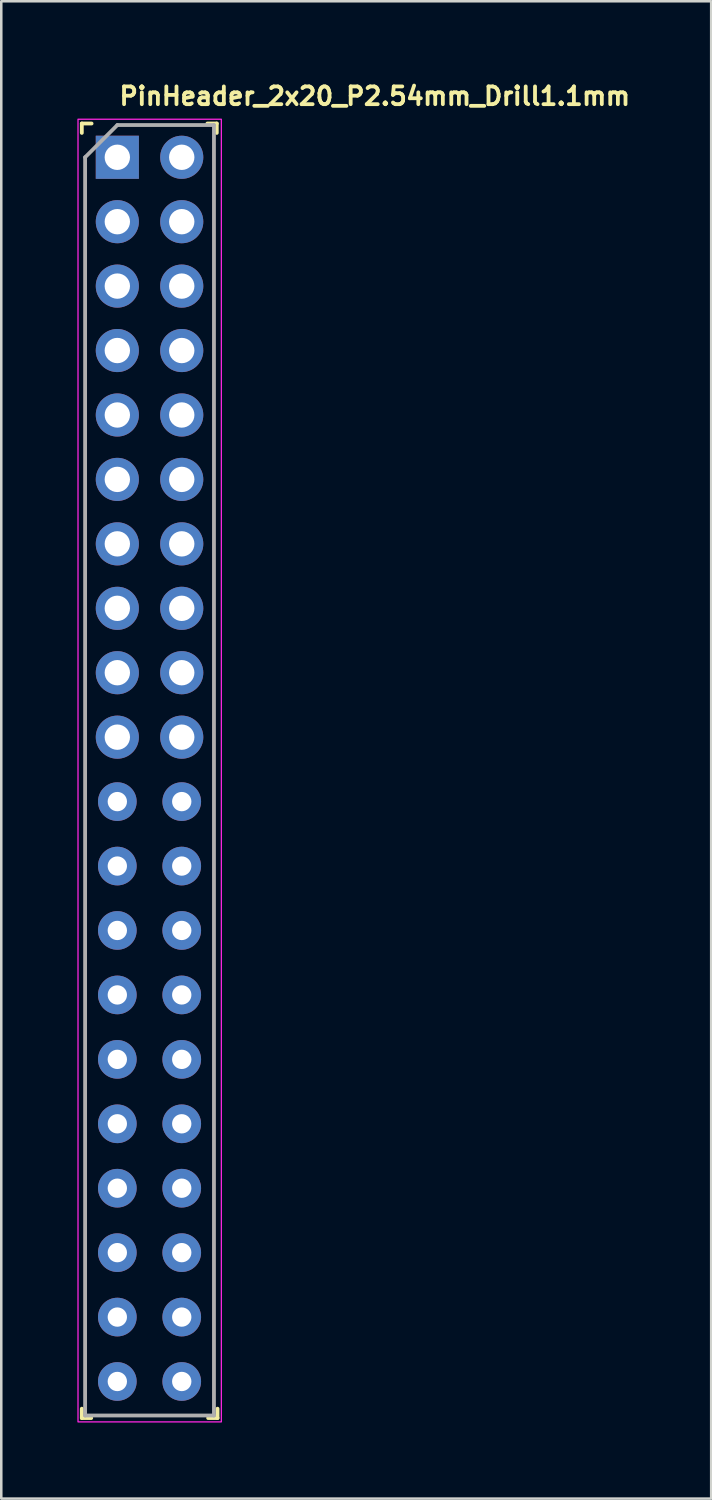
<source format=kicad_pcb>
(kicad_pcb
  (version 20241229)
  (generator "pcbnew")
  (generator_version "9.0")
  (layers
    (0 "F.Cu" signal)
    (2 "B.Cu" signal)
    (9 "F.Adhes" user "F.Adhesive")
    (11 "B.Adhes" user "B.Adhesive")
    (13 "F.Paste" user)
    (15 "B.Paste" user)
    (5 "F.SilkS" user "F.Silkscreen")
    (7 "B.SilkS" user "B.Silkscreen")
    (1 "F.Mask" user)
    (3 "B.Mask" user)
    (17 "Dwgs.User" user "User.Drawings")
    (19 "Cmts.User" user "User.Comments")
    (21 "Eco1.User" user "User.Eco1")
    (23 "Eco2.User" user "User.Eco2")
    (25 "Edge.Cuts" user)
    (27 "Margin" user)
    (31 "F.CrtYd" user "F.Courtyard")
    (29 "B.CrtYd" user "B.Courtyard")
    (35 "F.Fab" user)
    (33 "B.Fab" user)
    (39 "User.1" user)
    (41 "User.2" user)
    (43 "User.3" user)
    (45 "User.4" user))
  (footprint "PinHeader_2x20_P2.54mm_Drill1.1mm"
    (layer "F.Cu")
    (at 1.575 3.15)
    (property "Reference" "PinHeader_2x20_P2.54mm_Drill1.1mm" (at 0 -2 0) (layer "F.SilkS") (effects (font (size 0.7 0.7) (thickness 0.15)) (justify left bottom)))
    (attr through_hole)
    (fp_line (start -1.4 -1.331) (end -1.4 -0.961) (stroke (width 0.15) (type solid)) (layer "F.SilkS"))
    (fp_line (start -1.4 49.33) (end -1.4 49.7) (stroke (width 0.15) (type solid)) (layer "F.SilkS"))
    (fp_line (start -1.4 49.7) (end -1.03 49.7) (stroke (width 0.15) (type solid)) (layer "F.SilkS"))
    (fp_line (start -1.015 -1.331) (end -1.4 -1.331) (stroke (width 0.15) (type solid)) (layer "F.SilkS"))
    (fp_line (start 3.58 49.7) (end 3.95 49.7) (stroke (width 0.15) (type solid)) (layer "F.SilkS"))
    (fp_line (start 3.92 -1.331) (end 3.55 -1.331) (stroke (width 0.15) (type solid)) (layer "F.SilkS"))
    (fp_line (start 3.92 -0.961) (end 3.92 -1.331) (stroke (width 0.15) (type solid)) (layer "F.SilkS"))
    (fp_line (start 3.95 49.7) (end 3.95 49.33) (stroke (width 0.15) (type solid)) (layer "F.SilkS"))
    (fp_rect (start 4.1 49.85) (end -1.55 -1.5) (stroke (width 0.05) (type solid)) (fill no) (layer "F.CrtYd"))
    (fp_line (start -1.27 0) (end 0 -1.27) (stroke (width 0.15) (type solid)) (layer "F.Fab"))
    (fp_line (start -1.27 49.6) (end -1.27 0) (stroke (width 0.15) (type solid)) (layer "F.Fab"))
    (fp_line (start 0 -1.27) (end 3.809 -1.27) (stroke (width 0.15) (type solid)) (layer "F.Fab"))
    (fp_line (start 3.809 -1.27) (end 3.809 49.6) (stroke (width 0.15) (type solid)) (layer "F.Fab"))
    (fp_line (start 3.809 49.6) (end -1.27 49.6) (stroke (width 0.15) (type solid)) (layer "F.Fab"))
    (fp_rect (start 3.81 49.531) (end -1.269 -1.269) (stroke (width 0.1) (type solid)) (fill no) (layer "User.5"))
    (fp_line (start -1.269 -1.269) (end -1.269 1.047) (stroke (width 0.02) (type solid)) (layer "User.9"))
    (fp_line (start -1.269 -1.269) (end 3.81 -1.269) (stroke (width 0.02) (type solid)) (layer "User.9"))
    (fp_line (start -1.269 1.047) (end -1.044 1.27) (stroke (width 0.02) (type solid)) (layer "User.9"))
    (fp_line (start -1.269 1.047) (end 3.81 1.047) (stroke (width 0.02) (type solid)) (layer "User.9"))
    (fp_line (start -1.269 1.496) (end -1.269 3.586) (stroke (width 0.02) (type solid)) (layer "User.9"))
    (fp_line (start -1.269 1.496) (end -1.044 1.27) (stroke (width 0.02) (type solid)) (layer "User.9"))
    (fp_line (start -1.269 1.496) (end 3.81 1.496) (stroke (width 0.02) (type solid)) (layer "User.9"))
    (fp_line (start -1.269 3.586) (end -1.044 3.81) (stroke (width 0.02) (type solid)) (layer "User.9"))
    (fp_line (start -1.269 3.586) (end 3.81 3.586) (stroke (width 0.02) (type solid)) (layer "User.9"))
    (fp_line (start -1.269 4.036) (end -1.269 6.127) (stroke (width 0.02) (type solid)) (layer "User.9"))
    (fp_line (start -1.269 4.036) (end -1.044 3.81) (stroke (width 0.02) (type solid)) (layer "User.9"))
    (fp_line (start -1.269 4.036) (end 3.81 4.036) (stroke (width 0.02) (type solid)) (layer "User.9"))
    (fp_line (start -1.269 6.127) (end -1.044 6.351) (stroke (width 0.02) (type solid)) (layer "User.9"))
    (fp_line (start -1.269 6.127) (end 3.81 6.127) (stroke (width 0.02) (type solid)) (layer "User.9"))
    (fp_line (start -1.269 6.576) (end -1.269 8.667) (stroke (width 0.02) (type solid)) (layer "User.9"))
    (fp_line (start -1.269 6.576) (end -1.044 6.351) (stroke (width 0.02) (type solid)) (layer "User.9"))
    (fp_line (start -1.269 6.576) (end 3.81 6.576) (stroke (width 0.02) (type solid)) (layer "User.9"))
    (fp_line (start -1.269 8.667) (end -1.044 8.891) (stroke (width 0.02) (type solid)) (layer "User.9"))
    (fp_line (start -1.269 8.667) (end 3.81 8.667) (stroke (width 0.02) (type solid)) (layer "User.9"))
    (fp_line (start -1.269 9.116) (end -1.269 11.206) (stroke (width 0.02) (type solid)) (layer "User.9"))
    (fp_line (start -1.269 9.116) (end -1.044 8.891) (stroke (width 0.02) (type solid)) (layer "User.9"))
    (fp_line (start -1.269 9.116) (end 3.81 9.116) (stroke (width 0.02) (type solid)) (layer "User.9"))
    (fp_line (start -1.269 11.206) (end -1.044 11.43) (stroke (width 0.02) (type solid)) (layer "User.9"))
    (fp_line (start -1.269 11.206) (end 3.81 11.206) (stroke (width 0.02) (type solid)) (layer "User.9"))
    (fp_line (start -1.269 11.655) (end -1.269 13.747) (stroke (width 0.02) (type solid)) (layer "User.9"))
    (fp_line (start -1.269 11.655) (end -1.044 11.43) (stroke (width 0.02) (type solid)) (layer "User.9"))
    (fp_line (start -1.269 11.655) (end 3.81 11.655) (stroke (width 0.02) (type solid)) (layer "User.9"))
    (fp_line (start -1.269 13.747) (end -1.044 13.971) (stroke (width 0.02) (type solid)) (layer "User.9"))
    (fp_line (start -1.269 13.747) (end 3.81 13.747) (stroke (width 0.02) (type solid)) (layer "User.9"))
    (fp_line (start -1.269 14.195) (end -1.269 16.287) (stroke (width 0.02) (type solid)) (layer "User.9"))
    (fp_line (start -1.269 14.195) (end -1.044 13.971) (stroke (width 0.02) (type solid)) (layer "User.9"))
    (fp_line (start -1.269 14.195) (end 3.81 14.195) (stroke (width 0.02) (type solid)) (layer "User.9"))
    (fp_line (start -1.269 16.287) (end -1.044 16.511) (stroke (width 0.02) (type solid)) (layer "User.9"))
    (fp_line (start -1.269 16.287) (end 3.81 16.287) (stroke (width 0.02) (type solid)) (layer "User.9"))
    (fp_line (start -1.269 16.735) (end -1.269 18.827) (stroke (width 0.02) (type solid)) (layer "User.9"))
    (fp_line (start -1.269 16.735) (end -1.044 16.511) (stroke (width 0.02) (type solid)) (layer "User.9"))
    (fp_line (start -1.269 16.735) (end 3.81 16.735) (stroke (width 0.02) (type solid)) (layer "User.9"))
    (fp_line (start -1.269 18.827) (end -1.044 19.051) (stroke (width 0.02) (type solid)) (layer "User.9"))
    (fp_line (start -1.269 18.827) (end 3.81 18.827) (stroke (width 0.02) (type solid)) (layer "User.9"))
    (fp_line (start -1.269 19.276) (end -1.269 21.366) (stroke (width 0.02) (type solid)) (layer "User.9"))
    (fp_line (start -1.269 19.276) (end -1.044 19.051) (stroke (width 0.02) (type solid)) (layer "User.9"))
    (fp_line (start -1.269 19.276) (end 3.81 19.276) (stroke (width 0.02) (type solid)) (layer "User.9"))
    (fp_line (start -1.269 21.366) (end -1.044 21.59) (stroke (width 0.02) (type solid)) (layer "User.9"))
    (fp_line (start -1.269 21.366) (end 3.81 21.366) (stroke (width 0.02) (type solid)) (layer "User.9"))
    (fp_line (start -1.269 21.816) (end -1.269 23.906) (stroke (width 0.02) (type solid)) (layer "User.9"))
    (fp_line (start -1.269 21.816) (end -1.044 21.59) (stroke (width 0.02) (type solid)) (layer "User.9"))
    (fp_line (start -1.269 21.816) (end 3.81 21.816) (stroke (width 0.02) (type solid)) (layer "User.9"))
    (fp_line (start -1.269 23.906) (end -1.044 24.13) (stroke (width 0.02) (type solid)) (layer "User.9"))
    (fp_line (start -1.269 23.906) (end 3.81 23.906) (stroke (width 0.02) (type solid)) (layer "User.9"))
    (fp_line (start -1.269 24.355) (end -1.269 26.447) (stroke (width 0.02) (type solid)) (layer "User.9"))
    (fp_line (start -1.269 24.355) (end -1.044 24.13) (stroke (width 0.02) (type solid)) (layer "User.9"))
    (fp_line (start -1.269 24.355) (end 3.81 24.355) (stroke (width 0.02) (type solid)) (layer "User.9"))
    (fp_line (start -1.269 26.447) (end -1.044 26.671) (stroke (width 0.02) (type solid)) (layer "User.9"))
    (fp_line (start -1.269 26.447) (end 3.81 26.447) (stroke (width 0.02) (type solid)) (layer "User.9"))
    (fp_line (start -1.269 26.895) (end -1.269 28.987) (stroke (width 0.02) (type solid)) (layer "User.9"))
    (fp_line (start -1.269 26.895) (end -1.044 26.671) (stroke (width 0.02) (type solid)) (layer "User.9"))
    (fp_line (start -1.269 26.895) (end 3.81 26.895) (stroke (width 0.02) (type solid)) (layer "User.9"))
    (fp_line (start -1.269 28.987) (end -1.044 29.211) (stroke (width 0.02) (type solid)) (layer "User.9"))
    (fp_line (start -1.269 28.987) (end 3.81 28.987) (stroke (width 0.02) (type solid)) (layer "User.9"))
    (fp_line (start -1.269 29.436) (end -1.269 31.526) (stroke (width 0.02) (type solid)) (layer "User.9"))
    (fp_line (start -1.269 29.436) (end -1.044 29.211) (stroke (width 0.02) (type solid)) (layer "User.9"))
    (fp_line (start -1.269 29.436) (end 3.81 29.436) (stroke (width 0.02) (type solid)) (layer "User.9"))
    (fp_line (start -1.269 31.526) (end -1.044 31.75) (stroke (width 0.02) (type solid)) (layer "User.9"))
    (fp_line (start -1.269 31.526) (end 3.81 31.526) (stroke (width 0.02) (type solid)) (layer "User.9"))
    (fp_line (start -1.269 31.976) (end -1.269 34.067) (stroke (width 0.02) (type solid)) (layer "User.9"))
    (fp_line (start -1.269 31.976) (end -1.044 31.75) (stroke (width 0.02) (type solid)) (layer "User.9"))
    (fp_line (start -1.269 31.976) (end 3.81 31.976) (stroke (width 0.02) (type solid)) (layer "User.9"))
    (fp_line (start -1.269 34.067) (end -1.044 34.292) (stroke (width 0.02) (type solid)) (layer "User.9"))
    (fp_line (start -1.269 34.067) (end 3.81 34.067) (stroke (width 0.02) (type solid)) (layer "User.9"))
    (fp_line (start -1.269 34.515) (end -1.269 36.607) (stroke (width 0.02) (type solid)) (layer "User.9"))
    (fp_line (start -1.269 34.515) (end -1.044 34.292) (stroke (width 0.02) (type solid)) (layer "User.9"))
    (fp_line (start -1.269 34.515) (end 3.81 34.515) (stroke (width 0.02) (type solid)) (layer "User.9"))
    (fp_line (start -1.269 36.607) (end -1.044 36.832) (stroke (width 0.02) (type solid)) (layer "User.9"))
    (fp_line (start -1.269 36.607) (end 3.81 36.607) (stroke (width 0.02) (type solid)) (layer "User.9"))
    (fp_line (start -1.269 37.055) (end -1.269 39.146) (stroke (width 0.02) (type solid)) (layer "User.9"))
    (fp_line (start -1.269 37.055) (end -1.044 36.832) (stroke (width 0.02) (type solid)) (layer "User.9"))
    (fp_line (start -1.269 37.055) (end 3.81 37.055) (stroke (width 0.02) (type solid)) (layer "User.9"))
    (fp_line (start -1.269 39.146) (end -1.044 39.37) (stroke (width 0.02) (type solid)) (layer "User.9"))
    (fp_line (start -1.269 39.146) (end 3.81 39.146) (stroke (width 0.02) (type solid)) (layer "User.9"))
    (fp_line (start -1.269 39.595) (end -1.269 41.686) (stroke (width 0.02) (type solid)) (layer "User.9"))
    (fp_line (start -1.269 39.595) (end -1.044 39.37) (stroke (width 0.02) (type solid)) (layer "User.9"))
    (fp_line (start -1.269 39.595) (end 3.81 39.595) (stroke (width 0.02) (type solid)) (layer "User.9"))
    (fp_line (start -1.269 41.686) (end -1.044 41.911) (stroke (width 0.02) (type solid)) (layer "User.9"))
    (fp_line (start -1.269 41.686) (end 3.81 41.686) (stroke (width 0.02) (type solid)) (layer "User.9"))
    (fp_line (start -1.269 42.135) (end -1.269 44.226) (stroke (width 0.02) (type solid)) (layer "User.9"))
    (fp_line (start -1.269 42.135) (end -1.044 41.911) (stroke (width 0.02) (type solid)) (layer "User.9"))
    (fp_line (start -1.269 42.135) (end 3.81 42.135) (stroke (width 0.02) (type solid)) (layer "User.9"))
    (fp_line (start -1.269 44.226) (end -1.044 44.451) (stroke (width 0.02) (type solid)) (layer "User.9"))
    (fp_line (start -1.269 44.226) (end 3.81 44.226) (stroke (width 0.02) (type solid)) (layer "User.9"))
    (fp_line (start -1.269 44.676) (end -1.269 46.766) (stroke (width 0.02) (type solid)) (layer "User.9"))
    (fp_line (start -1.269 44.676) (end -1.044 44.451) (stroke (width 0.02) (type solid)) (layer "User.9"))
    (fp_line (start -1.269 44.676) (end 3.81 44.676) (stroke (width 0.02) (type solid)) (layer "User.9"))
    (fp_line (start -1.269 46.766) (end -1.044 46.991) (stroke (width 0.02) (type solid)) (layer "User.9"))
    (fp_line (start -1.269 46.766) (end 3.81 46.766) (stroke (width 0.02) (type solid)) (layer "User.9"))
    (fp_line (start -1.269 47.216) (end -1.269 49.531) (stroke (width 0.02) (type solid)) (layer "User.9"))
    (fp_line (start -1.269 47.216) (end -1.044 46.991) (stroke (width 0.02) (type solid)) (layer "User.9"))
    (fp_line (start -1.269 47.216) (end 3.81 47.216) (stroke (width 0.02) (type solid)) (layer "User.9"))
    (fp_line (start -1.269 49.531) (end 3.81 49.531) (stroke (width 0.02) (type solid)) (layer "User.9"))
    (fp_line (start -1.044 1.27) (end 3.586 1.27) (stroke (width 0.02) (type solid)) (layer "User.9"))
    (fp_line (start -1.044 3.81) (end 3.586 3.81) (stroke (width 0.02) (type solid)) (layer "User.9"))
    (fp_line (start -1.044 6.351) (end 3.586 6.351) (stroke (width 0.02) (type solid)) (layer "User.9"))
    (fp_line (start -1.044 8.891) (end 3.586 8.891) (stroke (width 0.02) (type solid)) (layer "User.9"))
    (fp_line (start -1.044 11.43) (end 3.586 11.43) (stroke (width 0.02) (type solid)) (layer "User.9"))
    (fp_line (start -1.044 13.971) (end 3.586 13.971) (stroke (width 0.02) (type solid)) (layer "User.9"))
    (fp_line (start -1.044 16.511) (end 3.586 16.511) (stroke (width 0.02) (type solid)) (layer "User.9"))
    (fp_line (start -1.044 19.051) (end 3.586 19.051) (stroke (width 0.02) (type solid)) (layer "User.9"))
    (fp_line (start -1.044 21.59) (end 3.586 21.59) (stroke (width 0.02) (type solid)) (layer "User.9"))
    (fp_line (start -1.044 24.13) (end 3.586 24.13) (stroke (width 0.02) (type solid)) (layer "User.9"))
    (fp_line (start -1.044 26.671) (end 3.586 26.671) (stroke (width 0.02) (type solid)) (layer "User.9"))
    (fp_line (start -1.044 29.211) (end 3.586 29.211) (stroke (width 0.02) (type solid)) (layer "User.9"))
    (fp_line (start -1.044 31.75) (end 3.586 31.75) (stroke (width 0.02) (type solid)) (layer "User.9"))
    (fp_line (start -1.044 34.292) (end 3.586 34.292) (stroke (width 0.02) (type solid)) (layer "User.9"))
    (fp_line (start -1.044 36.832) (end 3.586 36.832) (stroke (width 0.02) (type solid)) (layer "User.9"))
    (fp_line (start -1.044 39.37) (end 3.586 39.37) (stroke (width 0.02) (type solid)) (layer "User.9"))
    (fp_line (start -1.044 41.911) (end 3.586 41.911) (stroke (width 0.02) (type solid)) (layer "User.9"))
    (fp_line (start -1.044 44.451) (end 3.586 44.451) (stroke (width 0.02) (type solid)) (layer "User.9"))
    (fp_line (start -1.044 46.991) (end 3.586 46.991) (stroke (width 0.02) (type solid)) (layer "User.9"))
    (fp_line (start -0.32 -0.32) (end -0.32 0.32) (stroke (width 0.02) (type solid)) (layer "User.9"))
    (fp_line (start -0.32 -0.32) (end -0.064 -0.064) (stroke (width 0.02) (type solid)) (layer "User.9"))
    (fp_line (start -0.32 -0.32) (end 0.32 -0.32) (stroke (width 0.02) (type solid)) (layer "User.9"))
    (fp_line (start -0.32 0.32) (end -0.064 0.064) (stroke (width 0.02) (type solid)) (layer "User.9"))
    (fp_line (start -0.32 0.32) (end 0.32 0.32) (stroke (width 0.02) (type solid)) (layer "User.9"))
    (fp_line (start -0.32 2.222) (end -0.32 2.86) (stroke (width 0.02) (type solid)) (layer "User.9"))
    (fp_line (start -0.32 2.222) (end -0.064 2.476) (stroke (width 0.02) (type solid)) (layer "User.9"))
    (fp_line (start -0.32 2.222) (end 0.32 2.222) (stroke (width 0.02) (type solid)) (layer "User.9"))
    (fp_line (start -0.32 2.86) (end -0.064 2.605) (stroke (width 0.02) (type solid)) (layer "User.9"))
    (fp_line (start -0.32 2.86) (end 0.32 2.86) (stroke (width 0.02) (type solid)) (layer "User.9"))
    (fp_line (start -0.32 4.76) (end -0.32 5.401) (stroke (width 0.02) (type solid)) (layer "User.9"))
    (fp_line (start -0.32 4.76) (end -0.064 5.016) (stroke (width 0.02) (type solid)) (layer "User.9"))
    (fp_line (start -0.32 4.76) (end 0.32 4.76) (stroke (width 0.02) (type solid)) (layer "User.9"))
    (fp_line (start -0.32 5.401) (end -0.064 5.146) (stroke (width 0.02) (type solid)) (layer "User.9"))
    (fp_line (start -0.32 5.401) (end 0.32 5.401) (stroke (width 0.02) (type solid)) (layer "User.9"))
    (fp_line (start -0.32 7.3) (end -0.32 7.941) (stroke (width 0.02) (type solid)) (layer "User.9"))
    (fp_line (start -0.32 7.3) (end -0.064 7.556) (stroke (width 0.02) (type solid)) (layer "User.9"))
    (fp_line (start -0.32 7.3) (end 0.32 7.3) (stroke (width 0.02) (type solid)) (layer "User.9"))
    (fp_line (start -0.32 7.941) (end -0.064 7.686) (stroke (width 0.02) (type solid)) (layer "User.9"))
    (fp_line (start -0.32 7.941) (end 0.32 7.941) (stroke (width 0.02) (type solid)) (layer "User.9"))
    (fp_line (start -0.32 9.84) (end -0.32 10.481) (stroke (width 0.02) (type solid)) (layer "User.9"))
    (fp_line (start -0.32 9.84) (end -0.064 10.096) (stroke (width 0.02) (type solid)) (layer "User.9"))
    (fp_line (start -0.32 9.84) (end 0.32 9.84) (stroke (width 0.02) (type solid)) (layer "User.9"))
    (fp_line (start -0.32 10.481) (end -0.064 10.224) (stroke (width 0.02) (type solid)) (layer "User.9"))
    (fp_line (start -0.32 10.481) (end 0.32 10.481) (stroke (width 0.02) (type solid)) (layer "User.9"))
    (fp_line (start -0.32 12.381) (end -0.32 13.02) (stroke (width 0.02) (type solid)) (layer "User.9"))
    (fp_line (start -0.32 12.381) (end -0.064 12.637) (stroke (width 0.02) (type solid)) (layer "User.9"))
    (fp_line (start -0.32 12.381) (end 0.32 12.381) (stroke (width 0.02) (type solid)) (layer "User.9"))
    (fp_line (start -0.32 13.02) (end -0.064 12.765) (stroke (width 0.02) (type solid)) (layer "User.9"))
    (fp_line (start -0.32 13.02) (end 0.32 13.02) (stroke (width 0.02) (type solid)) (layer "User.9"))
    (fp_line (start -0.32 14.92) (end -0.32 15.561) (stroke (width 0.02) (type solid)) (layer "User.9"))
    (fp_line (start -0.32 14.92) (end -0.064 15.176) (stroke (width 0.02) (type solid)) (layer "User.9"))
    (fp_line (start -0.32 14.92) (end 0.32 14.92) (stroke (width 0.02) (type solid)) (layer "User.9"))
    (fp_line (start -0.32 15.561) (end -0.064 15.304) (stroke (width 0.02) (type solid)) (layer "User.9"))
    (fp_line (start -0.32 15.561) (end 0.32 15.561) (stroke (width 0.02) (type solid)) (layer "User.9"))
    (fp_line (start -0.32 17.461) (end -0.32 18.101) (stroke (width 0.02) (type solid)) (layer "User.9"))
    (fp_line (start -0.32 17.461) (end -0.064 17.717) (stroke (width 0.02) (type solid)) (layer "User.9"))
    (fp_line (start -0.32 17.461) (end 0.32 17.461) (stroke (width 0.02) (type solid)) (layer "User.9"))
    (fp_line (start -0.32 18.101) (end -0.064 17.845) (stroke (width 0.02) (type solid)) (layer "User.9"))
    (fp_line (start -0.32 18.101) (end 0.32 18.101) (stroke (width 0.02) (type solid)) (layer "User.9"))
    (fp_line (start -0.32 20) (end -0.32 20.641) (stroke (width 0.02) (type solid)) (layer "User.9"))
    (fp_line (start -0.32 20) (end -0.064 20.258) (stroke (width 0.02) (type solid)) (layer "User.9"))
    (fp_line (start -0.32 20) (end 0.32 20) (stroke (width 0.02) (type solid)) (layer "User.9"))
    (fp_line (start -0.32 20.641) (end -0.064 20.386) (stroke (width 0.02) (type solid)) (layer "User.9"))
    (fp_line (start -0.32 20.641) (end 0.32 20.641) (stroke (width 0.02) (type solid)) (layer "User.9"))
    (fp_line (start -0.32 22.541) (end -0.32 23.18) (stroke (width 0.02) (type solid)) (layer "User.9"))
    (fp_line (start -0.32 22.541) (end -0.064 22.796) (stroke (width 0.02) (type solid)) (layer "User.9"))
    (fp_line (start -0.32 22.541) (end 0.32 22.541) (stroke (width 0.02) (type solid)) (layer "User.9"))
    (fp_line (start -0.32 23.18) (end -0.064 22.924) (stroke (width 0.02) (type solid)) (layer "User.9"))
    (fp_line (start -0.32 23.18) (end 0.32 23.18) (stroke (width 0.02) (type solid)) (layer "User.9"))
    (fp_line (start -0.32 25.081) (end -0.32 25.72) (stroke (width 0.02) (type solid)) (layer "User.9"))
    (fp_line (start -0.32 25.081) (end -0.064 25.337) (stroke (width 0.02) (type solid)) (layer "User.9"))
    (fp_line (start -0.32 25.081) (end 0.32 25.081) (stroke (width 0.02) (type solid)) (layer "User.9"))
    (fp_line (start -0.32 25.72) (end -0.064 25.465) (stroke (width 0.02) (type solid)) (layer "User.9"))
    (fp_line (start -0.32 25.72) (end 0.32 25.72) (stroke (width 0.02) (type solid)) (layer "User.9"))
    (fp_line (start -0.32 27.622) (end -0.32 28.261) (stroke (width 0.02) (type solid)) (layer "User.9"))
    (fp_line (start -0.32 27.622) (end -0.064 27.877) (stroke (width 0.02) (type solid)) (layer "User.9"))
    (fp_line (start -0.32 27.622) (end 0.32 27.622) (stroke (width 0.02) (type solid)) (layer "User.9"))
    (fp_line (start -0.32 28.261) (end -0.064 28.005) (stroke (width 0.02) (type solid)) (layer "User.9"))
    (fp_line (start -0.32 28.261) (end 0.32 28.261) (stroke (width 0.02) (type solid)) (layer "User.9"))
    (fp_line (start -0.32 30.16) (end -0.32 30.801) (stroke (width 0.02) (type solid)) (layer "User.9"))
    (fp_line (start -0.32 30.16) (end -0.064 30.416) (stroke (width 0.02) (type solid)) (layer "User.9"))
    (fp_line (start -0.32 30.16) (end 0.32 30.16) (stroke (width 0.02) (type solid)) (layer "User.9"))
    (fp_line (start -0.32 30.801) (end -0.064 30.546) (stroke (width 0.02) (type solid)) (layer "User.9"))
    (fp_line (start -0.32 30.801) (end 0.32 30.801) (stroke (width 0.02) (type solid)) (layer "User.9"))
    (fp_line (start -0.32 32.701) (end -0.32 33.342) (stroke (width 0.02) (type solid)) (layer "User.9"))
    (fp_line (start -0.32 32.701) (end -0.064 32.958) (stroke (width 0.02) (type solid)) (layer "User.9"))
    (fp_line (start -0.32 32.701) (end 0.32 32.701) (stroke (width 0.02) (type solid)) (layer "User.9"))
    (fp_line (start -0.32 33.342) (end -0.064 33.086) (stroke (width 0.02) (type solid)) (layer "User.9"))
    (fp_line (start -0.32 33.342) (end 0.32 33.342) (stroke (width 0.02) (type solid)) (layer "User.9"))
    (fp_line (start -0.32 35.241) (end -0.32 35.881) (stroke (width 0.02) (type solid)) (layer "User.9"))
    (fp_line (start -0.32 35.241) (end -0.064 35.497) (stroke (width 0.02) (type solid)) (layer "User.9"))
    (fp_line (start -0.32 35.241) (end 0.32 35.241) (stroke (width 0.02) (type solid)) (layer "User.9"))
    (fp_line (start -0.32 35.881) (end -0.064 35.625) (stroke (width 0.02) (type solid)) (layer "User.9"))
    (fp_line (start -0.32 35.881) (end 0.32 35.881) (stroke (width 0.02) (type solid)) (layer "User.9"))
    (fp_line (start -0.32 37.781) (end -0.32 38.421) (stroke (width 0.02) (type solid)) (layer "User.9"))
    (fp_line (start -0.32 37.781) (end -0.064 38.037) (stroke (width 0.02) (type solid)) (layer "User.9"))
    (fp_line (start -0.32 37.781) (end 0.32 37.781) (stroke (width 0.02) (type solid)) (layer "User.9"))
    (fp_line (start -0.32 38.421) (end -0.064 38.165) (stroke (width 0.02) (type solid)) (layer "User.9"))
    (fp_line (start -0.32 38.421) (end 0.32 38.421) (stroke (width 0.02) (type solid)) (layer "User.9"))
    (fp_line (start -0.32 40.32) (end -0.32 40.96) (stroke (width 0.02) (type solid)) (layer "User.9"))
    (fp_line (start -0.32 40.32) (end -0.064 40.576) (stroke (width 0.02) (type solid)) (layer "User.9"))
    (fp_line (start -0.32 40.32) (end 0.32 40.32) (stroke (width 0.02) (type solid)) (layer "User.9"))
    (fp_line (start -0.32 40.96) (end -0.064 40.704) (stroke (width 0.02) (type solid)) (layer "User.9"))
    (fp_line (start -0.32 40.96) (end 0.32 40.96) (stroke (width 0.02) (type solid)) (layer "User.9"))
    (fp_line (start -0.32 42.862) (end -0.32 43.5) (stroke (width 0.02) (type solid)) (layer "User.9"))
    (fp_line (start -0.32 42.862) (end -0.064 43.118) (stroke (width 0.02) (type solid)) (layer "User.9"))
    (fp_line (start -0.32 42.862) (end 0.32 42.862) (stroke (width 0.02) (type solid)) (layer "User.9"))
    (fp_line (start -0.32 43.5) (end -0.064 43.244) (stroke (width 0.02) (type solid)) (layer "User.9"))
    (fp_line (start -0.32 43.5) (end 0.32 43.5) (stroke (width 0.02) (type solid)) (layer "User.9"))
    (fp_line (start -0.32 45.402) (end -0.32 46.042) (stroke (width 0.02) (type solid)) (layer "User.9"))
    (fp_line (start -0.32 45.402) (end -0.064 45.656) (stroke (width 0.02) (type solid)) (layer "User.9"))
    (fp_line (start -0.32 45.402) (end 0.32 45.402) (stroke (width 0.02) (type solid)) (layer "User.9"))
    (fp_line (start -0.32 46.042) (end -0.064 45.784) (stroke (width 0.02) (type solid)) (layer "User.9"))
    (fp_line (start -0.32 46.042) (end 0.32 46.042) (stroke (width 0.02) (type solid)) (layer "User.9"))
    (fp_line (start -0.32 47.94) (end -0.32 48.582) (stroke (width 0.02) (type solid)) (layer "User.9"))
    (fp_line (start -0.32 47.94) (end -0.064 48.196) (stroke (width 0.02) (type solid)) (layer "User.9"))
    (fp_line (start -0.32 47.94) (end 0.32 47.94) (stroke (width 0.02) (type solid)) (layer "User.9"))
    (fp_line (start -0.32 48.582) (end -0.064 48.326) (stroke (width 0.02) (type solid)) (layer "User.9"))
    (fp_line (start -0.32 48.582) (end 0.32 48.582) (stroke (width 0.02) (type solid)) (layer "User.9"))
    (fp_line (start -0.064 -0.064) (end -0.064 0.064) (stroke (width 0.02) (type solid)) (layer "User.9"))
    (fp_line (start -0.064 -0.064) (end 0.064 -0.064) (stroke (width 0.02) (type solid)) (layer "User.9"))
    (fp_line (start -0.064 0.064) (end 0.064 0.064) (stroke (width 0.02) (type solid)) (layer "User.9"))
    (fp_line (start -0.064 2.476) (end -0.064 2.605) (stroke (width 0.02) (type solid)) (layer "User.9"))
    (fp_line (start -0.064 2.476) (end 0.064 2.476) (stroke (width 0.02) (type solid)) (layer "User.9"))
    (fp_line (start -0.064 2.605) (end 0.064 2.605) (stroke (width 0.02) (type solid)) (layer "User.9"))
    (fp_line (start -0.064 5.016) (end -0.064 5.146) (stroke (width 0.02) (type solid)) (layer "User.9"))
    (fp_line (start -0.064 5.016) (end 0.064 5.016) (stroke (width 0.02) (type solid)) (layer "User.9"))
    (fp_line (start -0.064 5.146) (end 0.064 5.146) (stroke (width 0.02) (type solid)) (layer "User.9"))
    (fp_line (start -0.064 7.556) (end -0.064 7.686) (stroke (width 0.02) (type solid)) (layer "User.9"))
    (fp_line (start -0.064 7.556) (end 0.064 7.556) (stroke (width 0.02) (type solid)) (layer "User.9"))
    (fp_line (start -0.064 7.686) (end 0.064 7.686) (stroke (width 0.02) (type solid)) (layer "User.9"))
    (fp_line (start -0.064 10.096) (end -0.064 10.224) (stroke (width 0.02) (type solid)) (layer "User.9"))
    (fp_line (start -0.064 10.096) (end 0.064 10.096) (stroke (width 0.02) (type solid)) (layer "User.9"))
    (fp_line (start -0.064 10.224) (end 0.064 10.224) (stroke (width 0.02) (type solid)) (layer "User.9"))
    (fp_line (start -0.064 12.637) (end -0.064 12.765) (stroke (width 0.02) (type solid)) (layer "User.9"))
    (fp_line (start -0.064 12.637) (end 0.064 12.637) (stroke (width 0.02) (type solid)) (layer "User.9"))
    (fp_line (start -0.064 12.765) (end 0.064 12.765) (stroke (width 0.02) (type solid)) (layer "User.9"))
    (fp_line (start -0.064 15.176) (end -0.064 15.304) (stroke (width 0.02) (type solid)) (layer "User.9"))
    (fp_line (start -0.064 15.176) (end 0.064 15.176) (stroke (width 0.02) (type solid)) (layer "User.9"))
    (fp_line (start -0.064 15.304) (end 0.064 15.304) (stroke (width 0.02) (type solid)) (layer "User.9"))
    (fp_line (start -0.064 17.717) (end -0.064 17.845) (stroke (width 0.02) (type solid)) (layer "User.9"))
    (fp_line (start -0.064 17.717) (end 0.064 17.717) (stroke (width 0.02) (type solid)) (layer "User.9"))
    (fp_line (start -0.064 17.845) (end 0.064 17.845) (stroke (width 0.02) (type solid)) (layer "User.9"))
    (fp_line (start -0.064 20.258) (end -0.064 20.386) (stroke (width 0.02) (type solid)) (layer "User.9"))
    (fp_line (start -0.064 20.258) (end 0.064 20.258) (stroke (width 0.02) (type solid)) (layer "User.9"))
    (fp_line (start -0.064 20.386) (end 0.064 20.386) (stroke (width 0.02) (type solid)) (layer "User.9"))
    (fp_line (start -0.064 22.796) (end -0.064 22.924) (stroke (width 0.02) (type solid)) (layer "User.9"))
    (fp_line (start -0.064 22.796) (end 0.064 22.796) (stroke (width 0.02) (type solid)) (layer "User.9"))
    (fp_line (start -0.064 22.924) (end 0.064 22.924) (stroke (width 0.02) (type solid)) (layer "User.9"))
    (fp_line (start -0.064 25.337) (end -0.064 25.465) (stroke (width 0.02) (type solid)) (layer "User.9"))
    (fp_line (start -0.064 25.337) (end 0.064 25.337) (stroke (width 0.02) (type solid)) (layer "User.9"))
    (fp_line (start -0.064 25.465) (end 0.064 25.465) (stroke (width 0.02) (type solid)) (layer "User.9"))
    (fp_line (start -0.064 27.877) (end -0.064 28.005) (stroke (width 0.02) (type solid)) (layer "User.9"))
    (fp_line (start -0.064 27.877) (end 0.064 27.877) (stroke (width 0.02) (type solid)) (layer "User.9"))
    (fp_line (start -0.064 28.005) (end 0.064 28.005) (stroke (width 0.02) (type solid)) (layer "User.9"))
    (fp_line (start -0.064 30.416) (end -0.064 30.546) (stroke (width 0.02) (type solid)) (layer "User.9"))
    (fp_line (start -0.064 30.416) (end 0.064 30.416) (stroke (width 0.02) (type solid)) (layer "User.9"))
    (fp_line (start -0.064 30.546) (end 0.064 30.546) (stroke (width 0.02) (type solid)) (layer "User.9"))
    (fp_line (start -0.064 32.958) (end -0.064 33.086) (stroke (width 0.02) (type solid)) (layer "User.9"))
    (fp_line (start -0.064 32.958) (end 0.064 32.958) (stroke (width 0.02) (type solid)) (layer "User.9"))
    (fp_line (start -0.064 33.086) (end 0.064 33.086) (stroke (width 0.02) (type solid)) (layer "User.9"))
    (fp_line (start -0.064 35.497) (end -0.064 35.625) (stroke (width 0.02) (type solid)) (layer "User.9"))
    (fp_line (start -0.064 35.497) (end 0.064 35.497) (stroke (width 0.02) (type solid)) (layer "User.9"))
    (fp_line (start -0.064 35.625) (end 0.064 35.625) (stroke (width 0.02) (type solid)) (layer "User.9"))
    (fp_line (start -0.064 38.037) (end -0.064 38.165) (stroke (width 0.02) (type solid)) (layer "User.9"))
    (fp_line (start -0.064 38.037) (end 0.064 38.037) (stroke (width 0.02) (type solid)) (layer "User.9"))
    (fp_line (start -0.064 38.165) (end 0.064 38.165) (stroke (width 0.02) (type solid)) (layer "User.9"))
    (fp_line (start -0.064 40.576) (end -0.064 40.704) (stroke (width 0.02) (type solid)) (layer "User.9"))
    (fp_line (start -0.064 40.576) (end 0.064 40.576) (stroke (width 0.02) (type solid)) (layer "User.9"))
    (fp_line (start -0.064 40.704) (end 0.064 40.704) (stroke (width 0.02) (type solid)) (layer "User.9"))
    (fp_line (start -0.064 43.118) (end -0.064 43.244) (stroke (width 0.02) (type solid)) (layer "User.9"))
    (fp_line (start -0.064 43.118) (end 0.064 43.118) (stroke (width 0.02) (type solid)) (layer "User.9"))
    (fp_line (start -0.064 43.244) (end 0.064 43.244) (stroke (width 0.02) (type solid)) (layer "User.9"))
    (fp_line (start -0.064 45.656) (end -0.064 45.784) (stroke (width 0.02) (type solid)) (layer "User.9"))
    (fp_line (start -0.064 45.656) (end 0.064 45.656) (stroke (width 0.02) (type solid)) (layer "User.9"))
    (fp_line (start -0.064 45.784) (end 0.064 45.784) (stroke (width 0.02) (type solid)) (layer "User.9"))
    (fp_line (start -0.064 48.196) (end -0.064 48.326) (stroke (width 0.02) (type solid)) (layer "User.9"))
    (fp_line (start -0.064 48.196) (end 0.064 48.196) (stroke (width 0.02) (type solid)) (layer "User.9"))
    (fp_line (start -0.064 48.326) (end 0.064 48.326) (stroke (width 0.02) (type solid)) (layer "User.9"))
    (fp_line (start 0.064 -0.064) (end 0.064 0.064) (stroke (width 0.02) (type solid)) (layer "User.9"))
    (fp_line (start 0.064 2.476) (end 0.064 2.605) (stroke (width 0.02) (type solid)) (layer "User.9"))
    (fp_line (start 0.064 5.016) (end 0.064 5.146) (stroke (width 0.02) (type solid)) (layer "User.9"))
    (fp_line (start 0.064 7.556) (end 0.064 7.686) (stroke (width 0.02) (type solid)) (layer "User.9"))
    (fp_line (start 0.064 10.096) (end 0.064 10.224) (stroke (width 0.02) (type solid)) (layer "User.9"))
    (fp_line (start 0.064 12.637) (end 0.064 12.765) (stroke (width 0.02) (type solid)) (layer "User.9"))
    (fp_line (start 0.064 15.176) (end 0.064 15.304) (stroke (width 0.02) (type solid)) (layer "User.9"))
    (fp_line (start 0.064 17.717) (end 0.064 17.845) (stroke (width 0.02) (type solid)) (layer "User.9"))
    (fp_line (start 0.064 20.258) (end 0.064 20.386) (stroke (width 0.02) (type solid)) (layer "User.9"))
    (fp_line (start 0.064 22.796) (end 0.064 22.924) (stroke (width 0.02) (type solid)) (layer "User.9"))
    (fp_line (start 0.064 25.337) (end 0.064 25.465) (stroke (width 0.02) (type solid)) (layer "User.9"))
    (fp_line (start 0.064 27.877) (end 0.064 28.005) (stroke (width 0.02) (type solid)) (layer "User.9"))
    (fp_line (start 0.064 30.416) (end 0.064 30.546) (stroke (width 0.02) (type solid)) (layer "User.9"))
    (fp_line (start 0.064 32.958) (end 0.064 33.086) (stroke (width 0.02) (type solid)) (layer "User.9"))
    (fp_line (start 0.064 35.497) (end 0.064 35.625) (stroke (width 0.02) (type solid)) (layer "User.9"))
    (fp_line (start 0.064 38.037) (end 0.064 38.165) (stroke (width 0.02) (type solid)) (layer "User.9"))
    (fp_line (start 0.064 40.576) (end 0.064 40.704) (stroke (width 0.02) (type solid)) (layer "User.9"))
    (fp_line (start 0.064 43.118) (end 0.064 43.244) (stroke (width 0.02) (type solid)) (layer "User.9"))
    (fp_line (start 0.064 45.656) (end 0.064 45.784) (stroke (width 0.02) (type solid)) (layer "User.9"))
    (fp_line (start 0.064 48.196) (end 0.064 48.326) (stroke (width 0.02) (type solid)) (layer "User.9"))
    (fp_line (start 0.32 -0.32) (end 0.064 -0.064) (stroke (width 0.02) (type solid)) (layer "User.9"))
    (fp_line (start 0.32 -0.32) (end 0.32 0.32) (stroke (width 0.02) (type solid)) (layer "User.9"))
    (fp_line (start 0.32 0.32) (end 0.064 0.064) (stroke (width 0.02) (type solid)) (layer "User.9"))
    (fp_line (start 0.32 2.222) (end 0.064 2.476) (stroke (width 0.02) (type solid)) (layer "User.9"))
    (fp_line (start 0.32 2.222) (end 0.32 2.86) (stroke (width 0.02) (type solid)) (layer "User.9"))
    (fp_line (start 0.32 2.86) (end 0.064 2.605) (stroke (width 0.02) (type solid)) (layer "User.9"))
    (fp_line (start 0.32 4.76) (end 0.064 5.016) (stroke (width 0.02) (type solid)) (layer "User.9"))
    (fp_line (start 0.32 4.76) (end 0.32 5.401) (stroke (width 0.02) (type solid)) (layer "User.9"))
    (fp_line (start 0.32 5.401) (end 0.064 5.146) (stroke (width 0.02) (type solid)) (layer "User.9"))
    (fp_line (start 0.32 7.3) (end 0.064 7.556) (stroke (width 0.02) (type solid)) (layer "User.9"))
    (fp_line (start 0.32 7.3) (end 0.32 7.941) (stroke (width 0.02) (type solid)) (layer "User.9"))
    (fp_line (start 0.32 7.941) (end 0.064 7.686) (stroke (width 0.02) (type solid)) (layer "User.9"))
    (fp_line (start 0.32 9.84) (end 0.064 10.096) (stroke (width 0.02) (type solid)) (layer "User.9"))
    (fp_line (start 0.32 9.84) (end 0.32 10.481) (stroke (width 0.02) (type solid)) (layer "User.9"))
    (fp_line (start 0.32 10.481) (end 0.064 10.224) (stroke (width 0.02) (type solid)) (layer "User.9"))
    (fp_line (start 0.32 12.381) (end 0.064 12.637) (stroke (width 0.02) (type solid)) (layer "User.9"))
    (fp_line (start 0.32 12.381) (end 0.32 13.02) (stroke (width 0.02) (type solid)) (layer "User.9"))
    (fp_line (start 0.32 13.02) (end 0.064 12.765) (stroke (width 0.02) (type solid)) (layer "User.9"))
    (fp_line (start 0.32 14.92) (end 0.064 15.176) (stroke (width 0.02) (type solid)) (layer "User.9"))
    (fp_line (start 0.32 14.92) (end 0.32 15.561) (stroke (width 0.02) (type solid)) (layer "User.9"))
    (fp_line (start 0.32 15.561) (end 0.064 15.304) (stroke (width 0.02) (type solid)) (layer "User.9"))
    (fp_line (start 0.32 17.461) (end 0.064 17.717) (stroke (width 0.02) (type solid)) (layer "User.9"))
    (fp_line (start 0.32 17.461) (end 0.32 18.101) (stroke (width 0.02) (type solid)) (layer "User.9"))
    (fp_line (start 0.32 18.101) (end 0.064 17.845) (stroke (width 0.02) (type solid)) (layer "User.9"))
    (fp_line (start 0.32 20) (end 0.064 20.258) (stroke (width 0.02) (type solid)) (layer "User.9"))
    (fp_line (start 0.32 20) (end 0.32 20.641) (stroke (width 0.02) (type solid)) (layer "User.9"))
    (fp_line (start 0.32 20.641) (end 0.064 20.386) (stroke (width 0.02) (type solid)) (layer "User.9"))
    (fp_line (start 0.32 22.541) (end 0.064 22.796) (stroke (width 0.02) (type solid)) (layer "User.9"))
    (fp_line (start 0.32 22.541) (end 0.32 23.18) (stroke (width 0.02) (type solid)) (layer "User.9"))
    (fp_line (start 0.32 23.18) (end 0.064 22.924) (stroke (width 0.02) (type solid)) (layer "User.9"))
    (fp_line (start 0.32 25.081) (end 0.064 25.337) (stroke (width 0.02) (type solid)) (layer "User.9"))
    (fp_line (start 0.32 25.081) (end 0.32 25.72) (stroke (width 0.02) (type solid)) (layer "User.9"))
    (fp_line (start 0.32 25.72) (end 0.064 25.465) (stroke (width 0.02) (type solid)) (layer "User.9"))
    (fp_line (start 0.32 27.622) (end 0.064 27.877) (stroke (width 0.02) (type solid)) (layer "User.9"))
    (fp_line (start 0.32 27.622) (end 0.32 28.261) (stroke (width 0.02) (type solid)) (layer "User.9"))
    (fp_line (start 0.32 28.261) (end 0.064 28.005) (stroke (width 0.02) (type solid)) (layer "User.9"))
    (fp_line (start 0.32 30.16) (end 0.064 30.416) (stroke (width 0.02) (type solid)) (layer "User.9"))
    (fp_line (start 0.32 30.16) (end 0.32 30.801) (stroke (width 0.02) (type solid)) (layer "User.9"))
    (fp_line (start 0.32 30.801) (end 0.064 30.546) (stroke (width 0.02) (type solid)) (layer "User.9"))
    (fp_line (start 0.32 32.701) (end 0.064 32.958) (stroke (width 0.02) (type solid)) (layer "User.9"))
    (fp_line (start 0.32 32.701) (end 0.32 33.342) (stroke (width 0.02) (type solid)) (layer "User.9"))
    (fp_line (start 0.32 33.342) (end 0.064 33.086) (stroke (width 0.02) (type solid)) (layer "User.9"))
    (fp_line (start 0.32 35.241) (end 0.064 35.497) (stroke (width 0.02) (type solid)) (layer "User.9"))
    (fp_line (start 0.32 35.241) (end 0.32 35.881) (stroke (width 0.02) (type solid)) (layer "User.9"))
    (fp_line (start 0.32 35.881) (end 0.064 35.625) (stroke (width 0.02) (type solid)) (layer "User.9"))
    (fp_line (start 0.32 37.781) (end 0.064 38.037) (stroke (width 0.02) (type solid)) (layer "User.9"))
    (fp_line (start 0.32 37.781) (end 0.32 38.421) (stroke (width 0.02) (type solid)) (layer "User.9"))
    (fp_line (start 0.32 38.421) (end 0.064 38.165) (stroke (width 0.02) (type solid)) (layer "User.9"))
    (fp_line (start 0.32 40.32) (end 0.064 40.576) (stroke (width 0.02) (type solid)) (layer "User.9"))
    (fp_line (start 0.32 40.32) (end 0.32 40.96) (stroke (width 0.02) (type solid)) (layer "User.9"))
    (fp_line (start 0.32 40.96) (end 0.064 40.704) (stroke (width 0.02) (type solid)) (layer "User.9"))
    (fp_line (start 0.32 42.862) (end 0.064 43.118) (stroke (width 0.02) (type solid)) (layer "User.9"))
    (fp_line (start 0.32 42.862) (end 0.32 43.5) (stroke (width 0.02) (type solid)) (layer "User.9"))
    (fp_line (start 0.32 43.5) (end 0.064 43.244) (stroke (width 0.02) (type solid)) (layer "User.9"))
    (fp_line (start 0.32 45.402) (end 0.064 45.656) (stroke (width 0.02) (type solid)) (layer "User.9"))
    (fp_line (start 0.32 45.402) (end 0.32 46.042) (stroke (width 0.02) (type solid)) (layer "User.9"))
    (fp_line (start 0.32 46.042) (end 0.064 45.784) (stroke (width 0.02) (type solid)) (layer "User.9"))
    (fp_line (start 0.32 47.94) (end 0.064 48.196) (stroke (width 0.02) (type solid)) (layer "User.9"))
    (fp_line (start 0.32 47.94) (end 0.32 48.582) (stroke (width 0.02) (type solid)) (layer "User.9"))
    (fp_line (start 0.32 48.582) (end 0.064 48.326) (stroke (width 0.02) (type solid)) (layer "User.9"))
    (fp_line (start 2.222 -0.32) (end 2.222 0.32) (stroke (width 0.02) (type solid)) (layer "User.9"))
    (fp_line (start 2.222 -0.32) (end 2.476 -0.064) (stroke (width 0.02) (type solid)) (layer "User.9"))
    (fp_line (start 2.222 -0.32) (end 2.86 -0.32) (stroke (width 0.02) (type solid)) (layer "User.9"))
    (fp_line (start 2.222 0.32) (end 2.476 0.064) (stroke (width 0.02) (type solid)) (layer "User.9"))
    (fp_line (start 2.222 0.32) (end 2.86 0.32) (stroke (width 0.02) (type solid)) (layer "User.9"))
    (fp_line (start 2.222 2.222) (end 2.222 2.86) (stroke (width 0.02) (type solid)) (layer "User.9"))
    (fp_line (start 2.222 2.222) (end 2.476 2.476) (stroke (width 0.02) (type solid)) (layer "User.9"))
    (fp_line (start 2.222 2.222) (end 2.86 2.222) (stroke (width 0.02) (type solid)) (layer "User.9"))
    (fp_line (start 2.222 2.86) (end 2.476 2.605) (stroke (width 0.02) (type solid)) (layer "User.9"))
    (fp_line (start 2.222 2.86) (end 2.86 2.86) (stroke (width 0.02) (type solid)) (layer "User.9"))
    (fp_line (start 2.222 4.76) (end 2.222 5.401) (stroke (width 0.02) (type solid)) (layer "User.9"))
    (fp_line (start 2.222 4.76) (end 2.476 5.016) (stroke (width 0.02) (type solid)) (layer "User.9"))
    (fp_line (start 2.222 4.76) (end 2.86 4.76) (stroke (width 0.02) (type solid)) (layer "User.9"))
    (fp_line (start 2.222 5.401) (end 2.476 5.146) (stroke (width 0.02) (type solid)) (layer "User.9"))
    (fp_line (start 2.222 5.401) (end 2.86 5.401) (stroke (width 0.02) (type solid)) (layer "User.9"))
    (fp_line (start 2.222 7.3) (end 2.222 7.941) (stroke (width 0.02) (type solid)) (layer "User.9"))
    (fp_line (start 2.222 7.3) (end 2.476 7.556) (stroke (width 0.02) (type solid)) (layer "User.9"))
    (fp_line (start 2.222 7.3) (end 2.86 7.3) (stroke (width 0.02) (type solid)) (layer "User.9"))
    (fp_line (start 2.222 7.941) (end 2.476 7.686) (stroke (width 0.02) (type solid)) (layer "User.9"))
    (fp_line (start 2.222 7.941) (end 2.86 7.941) (stroke (width 0.02) (type solid)) (layer "User.9"))
    (fp_line (start 2.222 9.84) (end 2.222 10.481) (stroke (width 0.02) (type solid)) (layer "User.9"))
    (fp_line (start 2.222 9.84) (end 2.476 10.096) (stroke (width 0.02) (type solid)) (layer "User.9"))
    (fp_line (start 2.222 9.84) (end 2.86 9.84) (stroke (width 0.02) (type solid)) (layer "User.9"))
    (fp_line (start 2.222 10.481) (end 2.476 10.224) (stroke (width 0.02) (type solid)) (layer "User.9"))
    (fp_line (start 2.222 10.481) (end 2.86 10.481) (stroke (width 0.02) (type solid)) (layer "User.9"))
    (fp_line (start 2.222 12.381) (end 2.222 13.02) (stroke (width 0.02) (type solid)) (layer "User.9"))
    (fp_line (start 2.222 12.381) (end 2.476 12.637) (stroke (width 0.02) (type solid)) (layer "User.9"))
    (fp_line (start 2.222 12.381) (end 2.86 12.381) (stroke (width 0.02) (type solid)) (layer "User.9"))
    (fp_line (start 2.222 13.02) (end 2.476 12.765) (stroke (width 0.02) (type solid)) (layer "User.9"))
    (fp_line (start 2.222 13.02) (end 2.86 13.02) (stroke (width 0.02) (type solid)) (layer "User.9"))
    (fp_line (start 2.222 14.92) (end 2.222 15.561) (stroke (width 0.02) (type solid)) (layer "User.9"))
    (fp_line (start 2.222 14.92) (end 2.476 15.176) (stroke (width 0.02) (type solid)) (layer "User.9"))
    (fp_line (start 2.222 14.92) (end 2.86 14.92) (stroke (width 0.02) (type solid)) (layer "User.9"))
    (fp_line (start 2.222 15.561) (end 2.476 15.304) (stroke (width 0.02) (type solid)) (layer "User.9"))
    (fp_line (start 2.222 15.561) (end 2.86 15.561) (stroke (width 0.02) (type solid)) (layer "User.9"))
    (fp_line (start 2.222 17.461) (end 2.222 18.101) (stroke (width 0.02) (type solid)) (layer "User.9"))
    (fp_line (start 2.222 17.461) (end 2.476 17.717) (stroke (width 0.02) (type solid)) (layer "User.9"))
    (fp_line (start 2.222 17.461) (end 2.86 17.461) (stroke (width 0.02) (type solid)) (layer "User.9"))
    (fp_line (start 2.222 18.101) (end 2.476 17.845) (stroke (width 0.02) (type solid)) (layer "User.9"))
    (fp_line (start 2.222 18.101) (end 2.86 18.101) (stroke (width 0.02) (type solid)) (layer "User.9"))
    (fp_line (start 2.222 20) (end 2.222 20.641) (stroke (width 0.02) (type solid)) (layer "User.9"))
    (fp_line (start 2.222 20) (end 2.476 20.258) (stroke (width 0.02) (type solid)) (layer "User.9"))
    (fp_line (start 2.222 20) (end 2.86 20) (stroke (width 0.02) (type solid)) (layer "User.9"))
    (fp_line (start 2.222 20.641) (end 2.476 20.386) (stroke (width 0.02) (type solid)) (layer "User.9"))
    (fp_line (start 2.222 20.641) (end 2.86 20.641) (stroke (width 0.02) (type solid)) (layer "User.9"))
    (fp_line (start 2.222 22.541) (end 2.222 23.18) (stroke (width 0.02) (type solid)) (layer "User.9"))
    (fp_line (start 2.222 22.541) (end 2.476 22.796) (stroke (width 0.02) (type solid)) (layer "User.9"))
    (fp_line (start 2.222 22.541) (end 2.86 22.541) (stroke (width 0.02) (type solid)) (layer "User.9"))
    (fp_line (start 2.222 23.18) (end 2.476 22.924) (stroke (width 0.02) (type solid)) (layer "User.9"))
    (fp_line (start 2.222 23.18) (end 2.86 23.18) (stroke (width 0.02) (type solid)) (layer "User.9"))
    (fp_line (start 2.222 25.081) (end 2.222 25.72) (stroke (width 0.02) (type solid)) (layer "User.9"))
    (fp_line (start 2.222 25.081) (end 2.476 25.337) (stroke (width 0.02) (type solid)) (layer "User.9"))
    (fp_line (start 2.222 25.081) (end 2.86 25.081) (stroke (width 0.02) (type solid)) (layer "User.9"))
    (fp_line (start 2.222 25.72) (end 2.476 25.465) (stroke (width 0.02) (type solid)) (layer "User.9"))
    (fp_line (start 2.222 25.72) (end 2.86 25.72) (stroke (width 0.02) (type solid)) (layer "User.9"))
    (fp_line (start 2.222 27.622) (end 2.222 28.261) (stroke (width 0.02) (type solid)) (layer "User.9"))
    (fp_line (start 2.222 27.622) (end 2.476 27.877) (stroke (width 0.02) (type solid)) (layer "User.9"))
    (fp_line (start 2.222 27.622) (end 2.86 27.622) (stroke (width 0.02) (type solid)) (layer "User.9"))
    (fp_line (start 2.222 28.261) (end 2.476 28.005) (stroke (width 0.02) (type solid)) (layer "User.9"))
    (fp_line (start 2.222 28.261) (end 2.86 28.261) (stroke (width 0.02) (type solid)) (layer "User.9"))
    (fp_line (start 2.222 30.16) (end 2.222 30.801) (stroke (width 0.02) (type solid)) (layer "User.9"))
    (fp_line (start 2.222 30.16) (end 2.476 30.416) (stroke (width 0.02) (type solid)) (layer "User.9"))
    (fp_line (start 2.222 30.16) (end 2.86 30.16) (stroke (width 0.02) (type solid)) (layer "User.9"))
    (fp_line (start 2.222 30.801) (end 2.476 30.546) (stroke (width 0.02) (type solid)) (layer "User.9"))
    (fp_line (start 2.222 30.801) (end 2.86 30.801) (stroke (width 0.02) (type solid)) (layer "User.9"))
    (fp_line (start 2.222 32.701) (end 2.222 33.342) (stroke (width 0.02) (type solid)) (layer "User.9"))
    (fp_line (start 2.222 32.701) (end 2.476 32.958) (stroke (width 0.02) (type solid)) (layer "User.9"))
    (fp_line (start 2.222 32.701) (end 2.86 32.701) (stroke (width 0.02) (type solid)) (layer "User.9"))
    (fp_line (start 2.222 33.342) (end 2.476 33.086) (stroke (width 0.02) (type solid)) (layer "User.9"))
    (fp_line (start 2.222 33.342) (end 2.86 33.342) (stroke (width 0.02) (type solid)) (layer "User.9"))
    (fp_line (start 2.222 35.241) (end 2.222 35.881) (stroke (width 0.02) (type solid)) (layer "User.9"))
    (fp_line (start 2.222 35.241) (end 2.476 35.497) (stroke (width 0.02) (type solid)) (layer "User.9"))
    (fp_line (start 2.222 35.241) (end 2.86 35.241) (stroke (width 0.02) (type solid)) (layer "User.9"))
    (fp_line (start 2.222 35.881) (end 2.476 35.625) (stroke (width 0.02) (type solid)) (layer "User.9"))
    (fp_line (start 2.222 35.881) (end 2.86 35.881) (stroke (width 0.02) (type solid)) (layer "User.9"))
    (fp_line (start 2.222 37.781) (end 2.222 38.421) (stroke (width 0.02) (type solid)) (layer "User.9"))
    (fp_line (start 2.222 37.781) (end 2.476 38.037) (stroke (width 0.02) (type solid)) (layer "User.9"))
    (fp_line (start 2.222 37.781) (end 2.86 37.781) (stroke (width 0.02) (type solid)) (layer "User.9"))
    (fp_line (start 2.222 38.421) (end 2.476 38.165) (stroke (width 0.02) (type solid)) (layer "User.9"))
    (fp_line (start 2.222 38.421) (end 2.86 38.421) (stroke (width 0.02) (type solid)) (layer "User.9"))
    (fp_line (start 2.222 40.32) (end 2.222 40.96) (stroke (width 0.02) (type solid)) (layer "User.9"))
    (fp_line (start 2.222 40.32) (end 2.476 40.576) (stroke (width 0.02) (type solid)) (layer "User.9"))
    (fp_line (start 2.222 40.32) (end 2.86 40.32) (stroke (width 0.02) (type solid)) (layer "User.9"))
    (fp_line (start 2.222 40.96) (end 2.476 40.704) (stroke (width 0.02) (type solid)) (layer "User.9"))
    (fp_line (start 2.222 40.96) (end 2.86 40.96) (stroke (width 0.02) (type solid)) (layer "User.9"))
    (fp_line (start 2.222 42.862) (end 2.222 43.5) (stroke (width 0.02) (type solid)) (layer "User.9"))
    (fp_line (start 2.222 42.862) (end 2.476 43.118) (stroke (width 0.02) (type solid)) (layer "User.9"))
    (fp_line (start 2.222 42.862) (end 2.86 42.862) (stroke (width 0.02) (type solid)) (layer "User.9"))
    (fp_line (start 2.222 43.5) (end 2.476 43.244) (stroke (width 0.02) (type solid)) (layer "User.9"))
    (fp_line (start 2.222 43.5) (end 2.86 43.5) (stroke (width 0.02) (type solid)) (layer "User.9"))
    (fp_line (start 2.222 45.402) (end 2.222 46.042) (stroke (width 0.02) (type solid)) (layer "User.9"))
    (fp_line (start 2.222 45.402) (end 2.476 45.656) (stroke (width 0.02) (type solid)) (layer "User.9"))
    (fp_line (start 2.222 45.402) (end 2.86 45.402) (stroke (width 0.02) (type solid)) (layer "User.9"))
    (fp_line (start 2.222 46.042) (end 2.476 45.784) (stroke (width 0.02) (type solid)) (layer "User.9"))
    (fp_line (start 2.222 46.042) (end 2.86 46.042) (stroke (width 0.02) (type solid)) (layer "User.9"))
    (fp_line (start 2.222 47.94) (end 2.222 48.582) (stroke (width 0.02) (type solid)) (layer "User.9"))
    (fp_line (start 2.222 47.94) (end 2.476 48.196) (stroke (width 0.02) (type solid)) (layer "User.9"))
    (fp_line (start 2.222 47.94) (end 2.86 47.94) (stroke (width 0.02) (type solid)) (layer "User.9"))
    (fp_line (start 2.222 48.582) (end 2.476 48.326) (stroke (width 0.02) (type solid)) (layer "User.9"))
    (fp_line (start 2.222 48.582) (end 2.86 48.582) (stroke (width 0.02) (type solid)) (layer "User.9"))
    (fp_line (start 2.476 -0.064) (end 2.476 0.064) (stroke (width 0.02) (type solid)) (layer "User.9"))
    (fp_line (start 2.476 -0.064) (end 2.605 -0.064) (stroke (width 0.02) (type solid)) (layer "User.9"))
    (fp_line (start 2.476 0.064) (end 2.605 0.064) (stroke (width 0.02) (type solid)) (layer "User.9"))
    (fp_line (start 2.476 2.476) (end 2.476 2.605) (stroke (width 0.02) (type solid)) (layer "User.9"))
    (fp_line (start 2.476 2.476) (end 2.605 2.476) (stroke (width 0.02) (type solid)) (layer "User.9"))
    (fp_line (start 2.476 2.605) (end 2.605 2.605) (stroke (width 0.02) (type solid)) (layer "User.9"))
    (fp_line (start 2.476 5.016) (end 2.476 5.146) (stroke (width 0.02) (type solid)) (layer "User.9"))
    (fp_line (start 2.476 5.016) (end 2.605 5.016) (stroke (width 0.02) (type solid)) (layer "User.9"))
    (fp_line (start 2.476 5.146) (end 2.605 5.146) (stroke (width 0.02) (type solid)) (layer "User.9"))
    (fp_line (start 2.476 7.556) (end 2.476 7.686) (stroke (width 0.02) (type solid)) (layer "User.9"))
    (fp_line (start 2.476 7.556) (end 2.605 7.556) (stroke (width 0.02) (type solid)) (layer "User.9"))
    (fp_line (start 2.476 7.686) (end 2.605 7.686) (stroke (width 0.02) (type solid)) (layer "User.9"))
    (fp_line (start 2.476 10.096) (end 2.476 10.224) (stroke (width 0.02) (type solid)) (layer "User.9"))
    (fp_line (start 2.476 10.096) (end 2.605 10.096) (stroke (width 0.02) (type solid)) (layer "User.9"))
    (fp_line (start 2.476 10.224) (end 2.605 10.224) (stroke (width 0.02) (type solid)) (layer "User.9"))
    (fp_line (start 2.476 12.637) (end 2.476 12.765) (stroke (width 0.02) (type solid)) (layer "User.9"))
    (fp_line (start 2.476 12.637) (end 2.605 12.637) (stroke (width 0.02) (type solid)) (layer "User.9"))
    (fp_line (start 2.476 12.765) (end 2.605 12.765) (stroke (width 0.02) (type solid)) (layer "User.9"))
    (fp_line (start 2.476 15.176) (end 2.476 15.304) (stroke (width 0.02) (type solid)) (layer "User.9"))
    (fp_line (start 2.476 15.176) (end 2.605 15.176) (stroke (width 0.02) (type solid)) (layer "User.9"))
    (fp_line (start 2.476 15.304) (end 2.605 15.304) (stroke (width 0.02) (type solid)) (layer "User.9"))
    (fp_line (start 2.476 17.717) (end 2.476 17.845) (stroke (width 0.02) (type solid)) (layer "User.9"))
    (fp_line (start 2.476 17.717) (end 2.605 17.717) (stroke (width 0.02) (type solid)) (layer "User.9"))
    (fp_line (start 2.476 17.845) (end 2.605 17.845) (stroke (width 0.02) (type solid)) (layer "User.9"))
    (fp_line (start 2.476 20.258) (end 2.476 20.386) (stroke (width 0.02) (type solid)) (layer "User.9"))
    (fp_line (start 2.476 20.258) (end 2.605 20.258) (stroke (width 0.02) (type solid)) (layer "User.9"))
    (fp_line (start 2.476 20.386) (end 2.605 20.386) (stroke (width 0.02) (type solid)) (layer "User.9"))
    (fp_line (start 2.476 22.796) (end 2.476 22.924) (stroke (width 0.02) (type solid)) (layer "User.9"))
    (fp_line (start 2.476 22.796) (end 2.605 22.796) (stroke (width 0.02) (type solid)) (layer "User.9"))
    (fp_line (start 2.476 22.924) (end 2.605 22.924) (stroke (width 0.02) (type solid)) (layer "User.9"))
    (fp_line (start 2.476 25.337) (end 2.476 25.465) (stroke (width 0.02) (type solid)) (layer "User.9"))
    (fp_line (start 2.476 25.337) (end 2.605 25.337) (stroke (width 0.02) (type solid)) (layer "User.9"))
    (fp_line (start 2.476 25.465) (end 2.605 25.465) (stroke (width 0.02) (type solid)) (layer "User.9"))
    (fp_line (start 2.476 27.877) (end 2.476 28.005) (stroke (width 0.02) (type solid)) (layer "User.9"))
    (fp_line (start 2.476 27.877) (end 2.605 27.877) (stroke (width 0.02) (type solid)) (layer "User.9"))
    (fp_line (start 2.476 28.005) (end 2.605 28.005) (stroke (width 0.02) (type solid)) (layer "User.9"))
    (fp_line (start 2.476 30.416) (end 2.476 30.546) (stroke (width 0.02) (type solid)) (layer "User.9"))
    (fp_line (start 2.476 30.416) (end 2.605 30.416) (stroke (width 0.02) (type solid)) (layer "User.9"))
    (fp_line (start 2.476 30.546) (end 2.605 30.546) (stroke (width 0.02) (type solid)) (layer "User.9"))
    (fp_line (start 2.476 32.958) (end 2.476 33.086) (stroke (width 0.02) (type solid)) (layer "User.9"))
    (fp_line (start 2.476 32.958) (end 2.605 32.958) (stroke (width 0.02) (type solid)) (layer "User.9"))
    (fp_line (start 2.476 33.086) (end 2.605 33.086) (stroke (width 0.02) (type solid)) (layer "User.9"))
    (fp_line (start 2.476 35.497) (end 2.476 35.625) (stroke (width 0.02) (type solid)) (layer "User.9"))
    (fp_line (start 2.476 35.497) (end 2.605 35.497) (stroke (width 0.02) (type solid)) (layer "User.9"))
    (fp_line (start 2.476 35.625) (end 2.605 35.625) (stroke (width 0.02) (type solid)) (layer "User.9"))
    (fp_line (start 2.476 38.037) (end 2.476 38.165) (stroke (width 0.02) (type solid)) (layer "User.9"))
    (fp_line (start 2.476 38.037) (end 2.605 38.037) (stroke (width 0.02) (type solid)) (layer "User.9"))
    (fp_line (start 2.476 38.165) (end 2.605 38.165) (stroke (width 0.02) (type solid)) (layer "User.9"))
    (fp_line (start 2.476 40.576) (end 2.476 40.704) (stroke (width 0.02) (type solid)) (layer "User.9"))
    (fp_line (start 2.476 40.576) (end 2.605 40.576) (stroke (width 0.02) (type solid)) (layer "User.9"))
    (fp_line (start 2.476 40.704) (end 2.605 40.704) (stroke (width 0.02) (type solid)) (layer "User.9"))
    (fp_line (start 2.476 43.118) (end 2.476 43.244) (stroke (width 0.02) (type solid)) (layer "User.9"))
    (fp_line (start 2.476 43.118) (end 2.605 43.118) (stroke (width 0.02) (type solid)) (layer "User.9"))
    (fp_line (start 2.476 43.244) (end 2.605 43.244) (stroke (width 0.02) (type solid)) (layer "User.9"))
    (fp_line (start 2.476 45.656) (end 2.476 45.784) (stroke (width 0.02) (type solid)) (layer "User.9"))
    (fp_line (start 2.476 45.656) (end 2.605 45.656) (stroke (width 0.02) (type solid)) (layer "User.9"))
    (fp_line (start 2.476 45.784) (end 2.605 45.784) (stroke (width 0.02) (type solid)) (layer "User.9"))
    (fp_line (start 2.476 48.196) (end 2.476 48.326) (stroke (width 0.02) (type solid)) (layer "User.9"))
    (fp_line (start 2.476 48.196) (end 2.605 48.196) (stroke (width 0.02) (type solid)) (layer "User.9"))
    (fp_line (start 2.476 48.326) (end 2.605 48.326) (stroke (width 0.02) (type solid)) (layer "User.9"))
    (fp_line (start 2.605 -0.064) (end 2.605 0.064) (stroke (width 0.02) (type solid)) (layer "User.9"))
    (fp_line (start 2.605 2.476) (end 2.605 2.605) (stroke (width 0.02) (type solid)) (layer "User.9"))
    (fp_line (start 2.605 5.016) (end 2.605 5.146) (stroke (width 0.02) (type solid)) (layer "User.9"))
    (fp_line (start 2.605 7.556) (end 2.605 7.686) (stroke (width 0.02) (type solid)) (layer "User.9"))
    (fp_line (start 2.605 10.096) (end 2.605 10.224) (stroke (width 0.02) (type solid)) (layer "User.9"))
    (fp_line (start 2.605 12.637) (end 2.605 12.765) (stroke (width 0.02) (type solid)) (layer "User.9"))
    (fp_line (start 2.605 15.176) (end 2.605 15.304) (stroke (width 0.02) (type solid)) (layer "User.9"))
    (fp_line (start 2.605 17.717) (end 2.605 17.845) (stroke (width 0.02) (type solid)) (layer "User.9"))
    (fp_line (start 2.605 20.258) (end 2.605 20.386) (stroke (width 0.02) (type solid)) (layer "User.9"))
    (fp_line (start 2.605 22.796) (end 2.605 22.924) (stroke (width 0.02) (type solid)) (layer "User.9"))
    (fp_line (start 2.605 25.337) (end 2.605 25.465) (stroke (width 0.02) (type solid)) (layer "User.9"))
    (fp_line (start 2.605 27.877) (end 2.605 28.005) (stroke (width 0.02) (type solid)) (layer "User.9"))
    (fp_line (start 2.605 30.416) (end 2.605 30.546) (stroke (width 0.02) (type solid)) (layer "User.9"))
    (fp_line (start 2.605 32.958) (end 2.605 33.086) (stroke (width 0.02) (type solid)) (layer "User.9"))
    (fp_line (start 2.605 35.497) (end 2.605 35.625) (stroke (width 0.02) (type solid)) (layer "User.9"))
    (fp_line (start 2.605 38.037) (end 2.605 38.165) (stroke (width 0.02) (type solid)) (layer "User.9"))
    (fp_line (start 2.605 40.576) (end 2.605 40.704) (stroke (width 0.02) (type solid)) (layer "User.9"))
    (fp_line (start 2.605 43.118) (end 2.605 43.244) (stroke (width 0.02) (type solid)) (layer "User.9"))
    (fp_line (start 2.605 45.656) (end 2.605 45.784) (stroke (width 0.02) (type solid)) (layer "User.9"))
    (fp_line (start 2.605 48.196) (end 2.605 48.326) (stroke (width 0.02) (type solid)) (layer "User.9"))
    (fp_line (start 2.86 -0.32) (end 2.605 -0.064) (stroke (width 0.02) (type solid)) (layer "User.9"))
    (fp_line (start 2.86 -0.32) (end 2.86 0.32) (stroke (width 0.02) (type solid)) (layer "User.9"))
    (fp_line (start 2.86 0.32) (end 2.605 0.064) (stroke (width 0.02) (type solid)) (layer "User.9"))
    (fp_line (start 2.86 2.222) (end 2.605 2.476) (stroke (width 0.02) (type solid)) (layer "User.9"))
    (fp_line (start 2.86 2.222) (end 2.86 2.86) (stroke (width 0.02) (type solid)) (layer "User.9"))
    (fp_line (start 2.86 2.86) (end 2.605 2.605) (stroke (width 0.02) (type solid)) (layer "User.9"))
    (fp_line (start 2.86 4.76) (end 2.605 5.016) (stroke (width 0.02) (type solid)) (layer "User.9"))
    (fp_line (start 2.86 4.76) (end 2.86 5.401) (stroke (width 0.02) (type solid)) (layer "User.9"))
    (fp_line (start 2.86 5.401) (end 2.605 5.146) (stroke (width 0.02) (type solid)) (layer "User.9"))
    (fp_line (start 2.86 7.3) (end 2.605 7.556) (stroke (width 0.02) (type solid)) (layer "User.9"))
    (fp_line (start 2.86 7.3) (end 2.86 7.941) (stroke (width 0.02) (type solid)) (layer "User.9"))
    (fp_line (start 2.86 7.941) (end 2.605 7.686) (stroke (width 0.02) (type solid)) (layer "User.9"))
    (fp_line (start 2.86 9.84) (end 2.605 10.096) (stroke (width 0.02) (type solid)) (layer "User.9"))
    (fp_line (start 2.86 9.84) (end 2.86 10.481) (stroke (width 0.02) (type solid)) (layer "User.9"))
    (fp_line (start 2.86 10.481) (end 2.605 10.224) (stroke (width 0.02) (type solid)) (layer "User.9"))
    (fp_line (start 2.86 12.381) (end 2.605 12.637) (stroke (width 0.02) (type solid)) (layer "User.9"))
    (fp_line (start 2.86 12.381) (end 2.86 13.02) (stroke (width 0.02) (type solid)) (layer "User.9"))
    (fp_line (start 2.86 13.02) (end 2.605 12.765) (stroke (width 0.02) (type solid)) (layer "User.9"))
    (fp_line (start 2.86 14.92) (end 2.605 15.176) (stroke (width 0.02) (type solid)) (layer "User.9"))
    (fp_line (start 2.86 14.92) (end 2.86 15.561) (stroke (width 0.02) (type solid)) (layer "User.9"))
    (fp_line (start 2.86 15.561) (end 2.605 15.304) (stroke (width 0.02) (type solid)) (layer "User.9"))
    (fp_line (start 2.86 17.461) (end 2.605 17.717) (stroke (width 0.02) (type solid)) (layer "User.9"))
    (fp_line (start 2.86 17.461) (end 2.86 18.101) (stroke (width 0.02) (type solid)) (layer "User.9"))
    (fp_line (start 2.86 18.101) (end 2.605 17.845) (stroke (width 0.02) (type solid)) (layer "User.9"))
    (fp_line (start 2.86 20) (end 2.605 20.258) (stroke (width 0.02) (type solid)) (layer "User.9"))
    (fp_line (start 2.86 20) (end 2.86 20.641) (stroke (width 0.02) (type solid)) (layer "User.9"))
    (fp_line (start 2.86 20.641) (end 2.605 20.386) (stroke (width 0.02) (type solid)) (layer "User.9"))
    (fp_line (start 2.86 22.541) (end 2.605 22.796) (stroke (width 0.02) (type solid)) (layer "User.9"))
    (fp_line (start 2.86 22.541) (end 2.86 23.18) (stroke (width 0.02) (type solid)) (layer "User.9"))
    (fp_line (start 2.86 23.18) (end 2.605 22.924) (stroke (width 0.02) (type solid)) (layer "User.9"))
    (fp_line (start 2.86 25.081) (end 2.605 25.337) (stroke (width 0.02) (type solid)) (layer "User.9"))
    (fp_line (start 2.86 25.081) (end 2.86 25.72) (stroke (width 0.02) (type solid)) (layer "User.9"))
    (fp_line (start 2.86 25.72) (end 2.605 25.465) (stroke (width 0.02) (type solid)) (layer "User.9"))
    (fp_line (start 2.86 27.622) (end 2.605 27.877) (stroke (width 0.02) (type solid)) (layer "User.9"))
    (fp_line (start 2.86 27.622) (end 2.86 28.261) (stroke (width 0.02) (type solid)) (layer "User.9"))
    (fp_line (start 2.86 28.261) (end 2.605 28.005) (stroke (width 0.02) (type solid)) (layer "User.9"))
    (fp_line (start 2.86 30.16) (end 2.605 30.416) (stroke (width 0.02) (type solid)) (layer "User.9"))
    (fp_line (start 2.86 30.16) (end 2.86 30.801) (stroke (width 0.02) (type solid)) (layer "User.9"))
    (fp_line (start 2.86 30.801) (end 2.605 30.546) (stroke (width 0.02) (type solid)) (layer "User.9"))
    (fp_line (start 2.86 32.701) (end 2.605 32.958) (stroke (width 0.02) (type solid)) (layer "User.9"))
    (fp_line (start 2.86 32.701) (end 2.86 33.342) (stroke (width 0.02) (type solid)) (layer "User.9"))
    (fp_line (start 2.86 33.342) (end 2.605 33.086) (stroke (width 0.02) (type solid)) (layer "User.9"))
    (fp_line (start 2.86 35.241) (end 2.605 35.497) (stroke (width 0.02) (type solid)) (layer "User.9"))
    (fp_line (start 2.86 35.241) (end 2.86 35.881) (stroke (width 0.02) (type solid)) (layer "User.9"))
    (fp_line (start 2.86 35.881) (end 2.605 35.625) (stroke (width 0.02) (type solid)) (layer "User.9"))
    (fp_line (start 2.86 37.781) (end 2.605 38.037) (stroke (width 0.02) (type solid)) (layer "User.9"))
    (fp_line (start 2.86 37.781) (end 2.86 38.421) (stroke (width 0.02) (type solid)) (layer "User.9"))
    (fp_line (start 2.86 38.421) (end 2.605 38.165) (stroke (width 0.02) (type solid)) (layer "User.9"))
    (fp_line (start 2.86 40.32) (end 2.605 40.576) (stroke (width 0.02) (type solid)) (layer "User.9"))
    (fp_line (start 2.86 40.32) (end 2.86 40.96) (stroke (width 0.02) (type solid)) (layer "User.9"))
    (fp_line (start 2.86 40.96) (end 2.605 40.704) (stroke (width 0.02) (type solid)) (layer "User.9"))
    (fp_line (start 2.86 42.862) (end 2.605 43.118) (stroke (width 0.02) (type solid)) (layer "User.9"))
    (fp_line (start 2.86 42.862) (end 2.86 43.5) (stroke (width 0.02) (type solid)) (layer "User.9"))
    (fp_line (start 2.86 43.5) (end 2.605 43.244) (stroke (width 0.02) (type solid)) (layer "User.9"))
    (fp_line (start 2.86 45.402) (end 2.605 45.656) (stroke (width 0.02) (type solid)) (layer "User.9"))
    (fp_line (start 2.86 45.402) (end 2.86 46.042) (stroke (width 0.02) (type solid)) (layer "User.9"))
    (fp_line (start 2.86 46.042) (end 2.605 45.784) (stroke (width 0.02) (type solid)) (layer "User.9"))
    (fp_line (start 2.86 47.94) (end 2.605 48.196) (stroke (width 0.02) (type solid)) (layer "User.9"))
    (fp_line (start 2.86 47.94) (end 2.86 48.582) (stroke (width 0.02) (type solid)) (layer "User.9"))
    (fp_line (start 2.86 48.582) (end 2.605 48.326) (stroke (width 0.02) (type solid)) (layer "User.9"))
    (fp_line (start 3.81 -1.269) (end 3.81 1.047) (stroke (width 0.02) (type solid)) (layer "User.9"))
    (fp_line (start 3.81 1.047) (end 3.586 1.27) (stroke (width 0.02) (type solid)) (layer "User.9"))
    (fp_line (start 3.81 1.496) (end 3.586 1.27) (stroke (width 0.02) (type solid)) (layer "User.9"))
    (fp_line (start 3.81 1.496) (end 3.81 3.586) (stroke (width 0.02) (type solid)) (layer "User.9"))
    (fp_line (start 3.81 3.586) (end 3.586 3.81) (stroke (width 0.02) (type solid)) (layer "User.9"))
    (fp_line (start 3.81 4.036) (end 3.586 3.81) (stroke (width 0.02) (type solid)) (layer "User.9"))
    (fp_line (start 3.81 4.036) (end 3.81 6.127) (stroke (width 0.02) (type solid)) (layer "User.9"))
    (fp_line (start 3.81 6.127) (end 3.586 6.351) (stroke (width 0.02) (type solid)) (layer "User.9"))
    (fp_line (start 3.81 6.576) (end 3.586 6.351) (stroke (width 0.02) (type solid)) (layer "User.9"))
    (fp_line (start 3.81 6.576) (end 3.81 8.667) (stroke (width 0.02) (type solid)) (layer "User.9"))
    (fp_line (start 3.81 8.667) (end 3.586 8.891) (stroke (width 0.02) (type solid)) (layer "User.9"))
    (fp_line (start 3.81 9.116) (end 3.586 8.891) (stroke (width 0.02) (type solid)) (layer "User.9"))
    (fp_line (start 3.81 9.116) (end 3.81 11.206) (stroke (width 0.02) (type solid)) (layer "User.9"))
    (fp_line (start 3.81 11.206) (end 3.586 11.43) (stroke (width 0.02) (type solid)) (layer "User.9"))
    (fp_line (start 3.81 11.655) (end 3.586 11.43) (stroke (width 0.02) (type solid)) (layer "User.9"))
    (fp_line (start 3.81 11.655) (end 3.81 13.747) (stroke (width 0.02) (type solid)) (layer "User.9"))
    (fp_line (start 3.81 13.747) (end 3.586 13.971) (stroke (width 0.02) (type solid)) (layer "User.9"))
    (fp_line (start 3.81 14.195) (end 3.586 13.971) (stroke (width 0.02) (type solid)) (layer "User.9"))
    (fp_line (start 3.81 14.195) (end 3.81 16.287) (stroke (width 0.02) (type solid)) (layer "User.9"))
    (fp_line (start 3.81 16.287) (end 3.586 16.511) (stroke (width 0.02) (type solid)) (layer "User.9"))
    (fp_line (start 3.81 16.735) (end 3.586 16.511) (stroke (width 0.02) (type solid)) (layer "User.9"))
    (fp_line (start 3.81 16.735) (end 3.81 18.827) (stroke (width 0.02) (type solid)) (layer "User.9"))
    (fp_line (start 3.81 18.827) (end 3.586 19.051) (stroke (width 0.02) (type solid)) (layer "User.9"))
    (fp_line (start 3.81 19.276) (end 3.586 19.051) (stroke (width 0.02) (type solid)) (layer "User.9"))
    (fp_line (start 3.81 19.276) (end 3.81 21.366) (stroke (width 0.02) (type solid)) (layer "User.9"))
    (fp_line (start 3.81 21.366) (end 3.586 21.59) (stroke (width 0.02) (type solid)) (layer "User.9"))
    (fp_line (start 3.81 21.816) (end 3.586 21.59) (stroke (width 0.02) (type solid)) (layer "User.9"))
    (fp_line (start 3.81 21.816) (end 3.81 23.906) (stroke (width 0.02) (type solid)) (layer "User.9"))
    (fp_line (start 3.81 23.906) (end 3.586 24.13) (stroke (width 0.02) (type solid)) (layer "User.9"))
    (fp_line (start 3.81 24.355) (end 3.586 24.13) (stroke (width 0.02) (type solid)) (layer "User.9"))
    (fp_line (start 3.81 24.355) (end 3.81 26.447) (stroke (width 0.02) (type solid)) (layer "User.9"))
    (fp_line (start 3.81 26.447) (end 3.586 26.671) (stroke (width 0.02) (type solid)) (layer "User.9"))
    (fp_line (start 3.81 26.895) (end 3.586 26.671) (stroke (width 0.02) (type solid)) (layer "User.9"))
    (fp_line (start 3.81 26.895) (end 3.81 28.987) (stroke (width 0.02) (type solid)) (layer "User.9"))
    (fp_line (start 3.81 28.987) (end 3.586 29.211) (stroke (width 0.02) (type solid)) (layer "User.9"))
    (fp_line (start 3.81 29.436) (end 3.586 29.211) (stroke (width 0.02) (type solid)) (layer "User.9"))
    (fp_line (start 3.81 29.436) (end 3.81 31.526) (stroke (width 0.02) (type solid)) (layer "User.9"))
    (fp_line (start 3.81 31.526) (end 3.586 31.75) (stroke (width 0.02) (type solid)) (layer "User.9"))
    (fp_line (start 3.81 31.976) (end 3.586 31.75) (stroke (width 0.02) (type solid)) (layer "User.9"))
    (fp_line (start 3.81 31.976) (end 3.81 34.067) (stroke (width 0.02) (type solid)) (layer "User.9"))
    (fp_line (start 3.81 34.067) (end 3.586 34.292) (stroke (width 0.02) (type solid)) (layer "User.9"))
    (fp_line (start 3.81 34.515) (end 3.586 34.292) (stroke (width 0.02) (type solid)) (layer "User.9"))
    (fp_line (start 3.81 34.515) (end 3.81 36.607) (stroke (width 0.02) (type solid)) (layer "User.9"))
    (fp_line (start 3.81 36.607) (end 3.586 36.832) (stroke (width 0.02) (type solid)) (layer "User.9"))
    (fp_line (start 3.81 37.055) (end 3.586 36.832) (stroke (width 0.02) (type solid)) (layer "User.9"))
    (fp_line (start 3.81 37.055) (end 3.81 39.146) (stroke (width 0.02) (type solid)) (layer "User.9"))
    (fp_line (start 3.81 39.146) (end 3.586 39.37) (stroke (width 0.02) (type solid)) (layer "User.9"))
    (fp_line (start 3.81 39.595) (end 3.586 39.37) (stroke (width 0.02) (type solid)) (layer "User.9"))
    (fp_line (start 3.81 39.595) (end 3.81 41.686) (stroke (width 0.02) (type solid)) (layer "User.9"))
    (fp_line (start 3.81 41.686) (end 3.586 41.911) (stroke (width 0.02) (type solid)) (layer "User.9"))
    (fp_line (start 3.81 42.135) (end 3.586 41.911) (stroke (width 0.02) (type solid)) (layer "User.9"))
    (fp_line (start 3.81 42.135) (end 3.81 44.226) (stroke (width 0.02) (type solid)) (layer "User.9"))
    (fp_line (start 3.81 44.226) (end 3.586 44.451) (stroke (width 0.02) (type solid)) (layer "User.9"))
    (fp_line (start 3.81 44.676) (end 3.586 44.451) (stroke (width 0.02) (type solid)) (layer "User.9"))
    (fp_line (start 3.81 44.676) (end 3.81 46.766) (stroke (width 0.02) (type solid)) (layer "User.9"))
    (fp_line (start 3.81 46.766) (end 3.586 46.991) (stroke (width 0.02) (type solid)) (layer "User.9"))
    (fp_line (start 3.81 47.216) (end 3.586 46.991) (stroke (width 0.02) (type solid)) (layer "User.9"))
    (fp_line (start 3.81 47.216) (end 3.81 49.531) (stroke (width 0.02) (type solid)) (layer "User.9"))
    (pad "1" thru_hole rect (at 0 0) (size 1.7 1.7) (drill 1) (layers "*.Cu" "*.Mask"))
    (pad "2" thru_hole oval (at 2.539 0) (size 1.7 1.7) (drill 1) (layers "*.Cu" "*.Mask"))
    (pad "3" thru_hole oval (at 0 2.539) (size 1.7 1.7) (drill 1) (layers "*.Cu" "*.Mask"))
    (pad "4" thru_hole oval (at 2.539 2.539) (size 1.7 1.7) (drill 1) (layers "*.Cu" "*.Mask"))
    (pad "5" thru_hole oval (at 0 5.078) (size 1.7 1.7) (drill 1) (layers "*.Cu" "*.Mask"))
    (pad "6" thru_hole oval (at 2.539 5.078) (size 1.7 1.7) (drill 1) (layers "*.Cu" "*.Mask"))
    (pad "7" thru_hole oval (at 0 7.618) (size 1.7 1.7) (drill 1) (layers "*.Cu" "*.Mask"))
    (pad "8" thru_hole oval (at 2.539 7.618) (size 1.7 1.7) (drill 1) (layers "*.Cu" "*.Mask"))
    (pad "9" thru_hole oval (at 0 10.159) (size 1.7 1.7) (drill 1) (layers "*.Cu" "*.Mask"))
    (pad "10" thru_hole oval (at 2.539 10.159) (size 1.7 1.7) (drill 1) (layers "*.Cu" "*.Mask"))
    (pad "11" thru_hole oval (at 0 12.698) (size 1.7 1.7) (drill 1) (layers "*.Cu" "*.Mask"))
    (pad "12" thru_hole oval (at 2.539 12.698) (size 1.7 1.7) (drill 1) (layers "*.Cu" "*.Mask"))
    (pad "13" thru_hole oval (at 0 15.239) (size 1.7 1.7) (drill 1) (layers "*.Cu" "*.Mask"))
    (pad "14" thru_hole oval (at 2.539 15.239) (size 1.7 1.7) (drill 1) (layers "*.Cu" "*.Mask"))
    (pad "15" thru_hole oval (at 0 17.78) (size 1.7 1.7) (drill 1) (layers "*.Cu" "*.Mask"))
    (pad "16" thru_hole oval (at 2.539 17.78) (size 1.7 1.7) (drill 1) (layers "*.Cu" "*.Mask"))
    (pad "17" thru_hole oval (at 0 20.318) (size 1.7 1.7) (drill 1) (layers "*.Cu" "*.Mask"))
    (pad "18" thru_hole oval (at 2.539 20.318) (size 1.7 1.7) (drill 1) (layers "*.Cu" "*.Mask"))
    (pad "19" thru_hole oval (at 0 22.859) (size 1.7 1.7) (drill 1) (layers "*.Cu" "*.Mask"))
    (pad "20" thru_hole oval (at 2.539 22.859) (size 1.7 1.7) (drill 1) (layers "*.Cu" "*.Mask"))
    (pad "21" thru_hole circle (at 0 25.399) (size 1.524 1.524) (drill 0.762) (layers "*.Cu" "*.Mask"))
    (pad "22" thru_hole circle (at 2.539 25.399) (size 1.524 1.524) (drill 0.762) (layers "*.Cu" "*.Mask"))
    (pad "23" thru_hole circle (at 0 27.94) (size 1.524 1.524) (drill 0.762) (layers "*.Cu" "*.Mask"))
    (pad "24" thru_hole circle (at 2.539 27.94) (size 1.524 1.524) (drill 0.762) (layers "*.Cu" "*.Mask"))
    (pad "25" thru_hole circle (at 0 30.478) (size 1.524 1.524) (drill 0.762) (layers "*.Cu" "*.Mask"))
    (pad "26" thru_hole circle (at 2.539 30.478) (size 1.524 1.524) (drill 0.762) (layers "*.Cu" "*.Mask"))
    (pad "27" thru_hole circle (at 0 33.02) (size 1.524 1.524) (drill 0.762) (layers "*.Cu" "*.Mask"))
    (pad "28" thru_hole circle (at 2.539 33.02) (size 1.524 1.524) (drill 0.762) (layers "*.Cu" "*.Mask"))
    (pad "29" thru_hole circle (at 0 35.56) (size 1.524 1.524) (drill 0.762) (layers "*.Cu" "*.Mask"))
    (pad "30" thru_hole circle (at 2.539 35.56) (size 1.524 1.524) (drill 0.762) (layers "*.Cu" "*.Mask"))
    (pad "31" thru_hole circle (at 0 38.1) (size 1.524 1.524) (drill 0.762) (layers "*.Cu" "*.Mask"))
    (pad "32" thru_hole circle (at 2.539 38.1) (size 1.524 1.524) (drill 0.762) (layers "*.Cu" "*.Mask"))
    (pad "33" thru_hole circle (at 0 40.639) (size 1.524 1.524) (drill 0.762) (layers "*.Cu" "*.Mask"))
    (pad "34" thru_hole circle (at 2.539 40.639) (size 1.524 1.524) (drill 0.762) (layers "*.Cu" "*.Mask"))
    (pad "35" thru_hole circle (at 0 43.179) (size 1.524 1.524) (drill 0.762) (layers "*.Cu" "*.Mask"))
    (pad "36" thru_hole circle (at 2.539 43.179) (size 1.524 1.524) (drill 0.762) (layers "*.Cu" "*.Mask"))
    (pad "37" thru_hole circle (at 0 45.719) (size 1.524 1.524) (drill 0.762) (layers "*.Cu" "*.Mask"))
    (pad "38" thru_hole circle (at 2.539 45.719) (size 1.524 1.524) (drill 0.762) (layers "*.Cu" "*.Mask"))
    (pad "39" thru_hole circle (at 0 48.258) (size 1.524 1.524) (drill 0.762) (layers "*.Cu" "*.Mask"))
    (pad "40" thru_hole circle (at 2.539 48.258) (size 1.524 1.524) (drill 0.762) (layers "*.Cu" "*.Mask")))
  (gr_rect
    (start -3 -3)
    (end 24.985 56.025)
    (stroke (width 0.1) (type default))
    (fill no)
    (layer "Edge.Cuts")))
</source>
